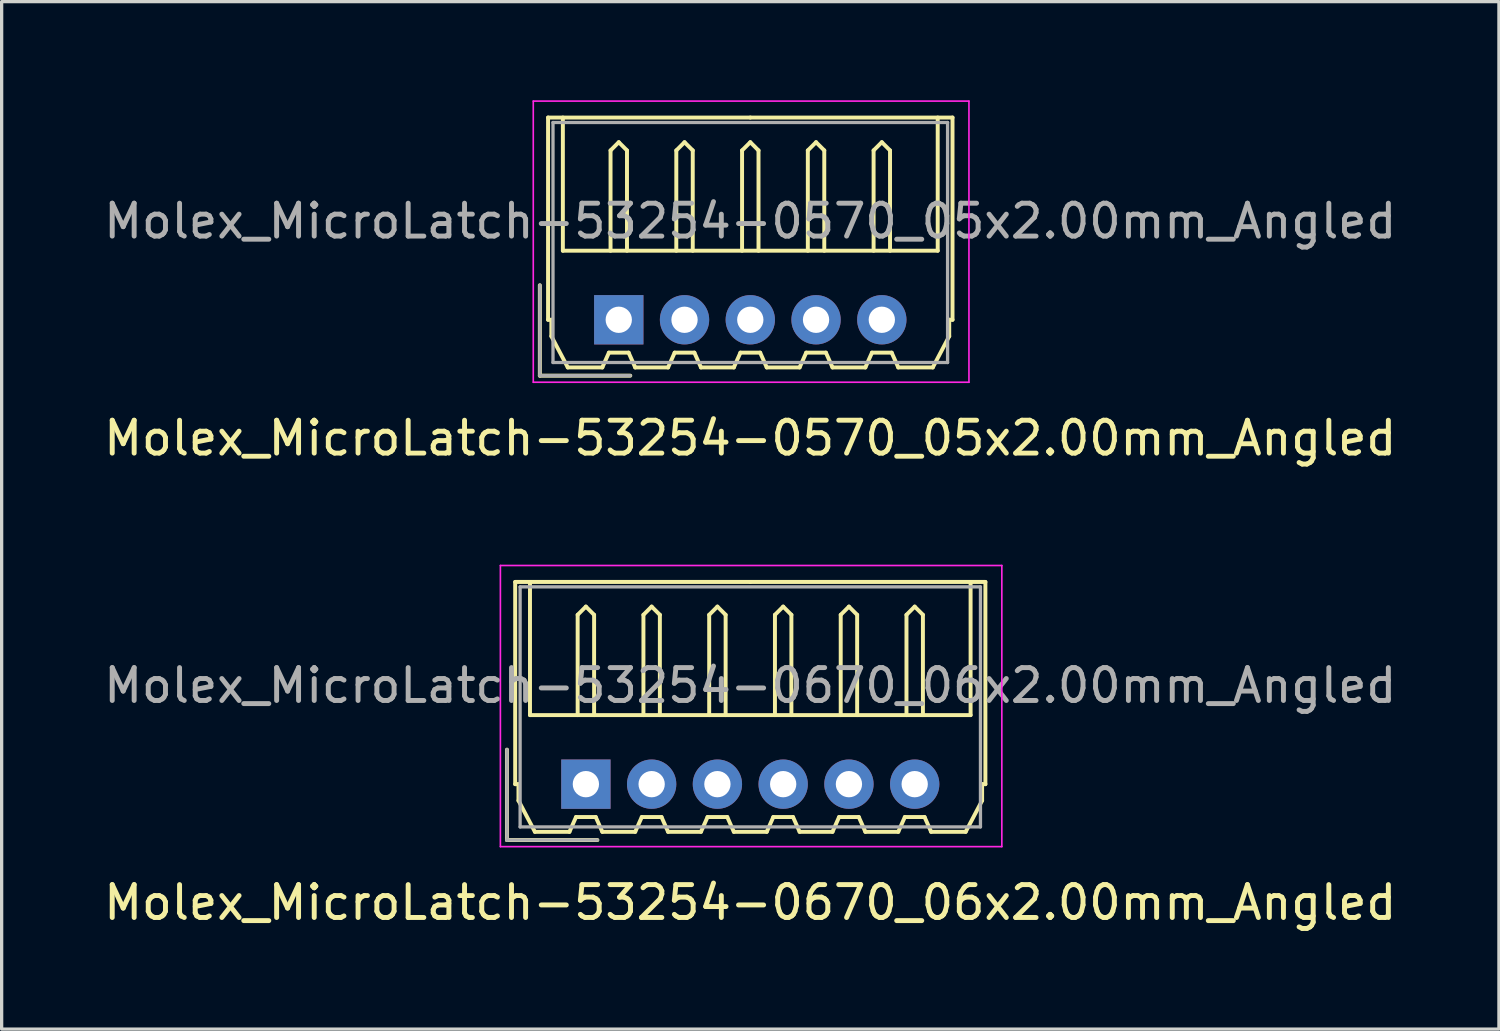
<source format=kicad_pcb>
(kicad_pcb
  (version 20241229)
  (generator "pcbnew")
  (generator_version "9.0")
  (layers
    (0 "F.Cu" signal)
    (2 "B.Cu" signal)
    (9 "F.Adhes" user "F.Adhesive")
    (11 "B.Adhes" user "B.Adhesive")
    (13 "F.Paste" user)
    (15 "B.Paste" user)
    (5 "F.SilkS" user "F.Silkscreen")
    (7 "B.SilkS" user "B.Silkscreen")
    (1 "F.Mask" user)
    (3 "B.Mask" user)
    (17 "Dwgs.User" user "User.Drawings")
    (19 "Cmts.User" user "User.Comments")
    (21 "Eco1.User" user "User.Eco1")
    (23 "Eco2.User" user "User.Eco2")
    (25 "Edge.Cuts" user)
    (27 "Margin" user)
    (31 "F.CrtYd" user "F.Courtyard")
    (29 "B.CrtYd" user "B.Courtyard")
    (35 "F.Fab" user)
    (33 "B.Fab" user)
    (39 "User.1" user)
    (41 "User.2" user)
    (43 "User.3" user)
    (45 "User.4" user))
  (footprint "Molex_MicroLatch-53254-0570_05x2.00mm_Angled"
    (layer "F.Cu")
    (at 15.768 6.675)
    (property "Reference" "Molex_MicroLatch-53254-0570_05x2.00mm_Angled" (at 4 3.6 0) (layer "F.SilkS") (effects (font (size 1 1) (thickness 0.15))))
    (attr through_hole)
    (fp_line (start -2.4 1.7) (end -2.4 -1.05) (stroke (width 0.12) (type solid)) (layer "F.SilkS"))
    (fp_line (start -2.15 -6.15) (end 4 -6.15) (stroke (width 0.12) (type solid)) (layer "F.SilkS"))
    (fp_line (start -2.15 0) (end -2.15 -6.15) (stroke (width 0.12) (type solid)) (layer "F.SilkS"))
    (fp_line (start -2.05 0) (end -2.15 0) (stroke (width 0.12) (type solid)) (layer "F.SilkS"))
    (fp_line (start -2.05 0.5) (end -2.05 0) (stroke (width 0.12) (type solid)) (layer "F.SilkS"))
    (fp_line (start -1.7 -6.15) (end -1.7 -2.1) (stroke (width 0.12) (type solid)) (layer "F.SilkS"))
    (fp_line (start -1.7 -2.1) (end 9.7 -2.1) (stroke (width 0.12) (type solid)) (layer "F.SilkS"))
    (fp_line (start -1.55 1.45) (end -2.05 0.5) (stroke (width 0.12) (type solid)) (layer "F.SilkS"))
    (fp_line (start -0.5 1.45) (end -1.55 1.45) (stroke (width 0.12) (type solid)) (layer "F.SilkS"))
    (fp_line (start -0.3 1) (end -0.5 1.45) (stroke (width 0.12) (type solid)) (layer "F.SilkS"))
    (fp_line (start -0.3 1) (end 0.3 1) (stroke (width 0.12) (type solid)) (layer "F.SilkS"))
    (fp_line (start -0.25 -5.15) (end 0 -5.4) (stroke (width 0.12) (type solid)) (layer "F.SilkS"))
    (fp_line (start -0.25 -2.1) (end -0.25 -5.15) (stroke (width 0.12) (type solid)) (layer "F.SilkS"))
    (fp_line (start 0 -5.4) (end 0.25 -5.15) (stroke (width 0.12) (type solid)) (layer "F.SilkS"))
    (fp_line (start 0.25 -5.15) (end 0.25 -2.1) (stroke (width 0.12) (type solid)) (layer "F.SilkS"))
    (fp_line (start 0.3 1) (end 0.5 1.45) (stroke (width 0.12) (type solid)) (layer "F.SilkS"))
    (fp_line (start 0.35 1.7) (end -2.4 1.7) (stroke (width 0.12) (type solid)) (layer "F.SilkS"))
    (fp_line (start 0.5 1.45) (end 1.5 1.45) (stroke (width 0.12) (type solid)) (layer "F.SilkS"))
    (fp_line (start 1.5 1.45) (end 1.7 1) (stroke (width 0.12) (type solid)) (layer "F.SilkS"))
    (fp_line (start 1.7 1) (end 2.3 1) (stroke (width 0.12) (type solid)) (layer "F.SilkS"))
    (fp_line (start 1.75 -5.15) (end 2 -5.4) (stroke (width 0.12) (type solid)) (layer "F.SilkS"))
    (fp_line (start 1.75 -2.1) (end 1.75 -5.15) (stroke (width 0.12) (type solid)) (layer "F.SilkS"))
    (fp_line (start 2 -5.4) (end 2.25 -5.15) (stroke (width 0.12) (type solid)) (layer "F.SilkS"))
    (fp_line (start 2.25 -5.15) (end 2.25 -2.1) (stroke (width 0.12) (type solid)) (layer "F.SilkS"))
    (fp_line (start 2.3 1) (end 2.5 1.45) (stroke (width 0.12) (type solid)) (layer "F.SilkS"))
    (fp_line (start 2.5 1.45) (end 3.5 1.45) (stroke (width 0.12) (type solid)) (layer "F.SilkS"))
    (fp_line (start 3.5 1.45) (end 3.7 1) (stroke (width 0.12) (type solid)) (layer "F.SilkS"))
    (fp_line (start 3.7 1) (end 4.3 1) (stroke (width 0.12) (type solid)) (layer "F.SilkS"))
    (fp_line (start 3.75 -5.15) (end 4 -5.4) (stroke (width 0.12) (type solid)) (layer "F.SilkS"))
    (fp_line (start 3.75 -2.1) (end 3.75 -5.15) (stroke (width 0.12) (type solid)) (layer "F.SilkS"))
    (fp_line (start 4 -5.4) (end 4.25 -5.15) (stroke (width 0.12) (type solid)) (layer "F.SilkS"))
    (fp_line (start 4.25 -5.15) (end 4.25 -2.1) (stroke (width 0.12) (type solid)) (layer "F.SilkS"))
    (fp_line (start 4.3 1) (end 4.5 1.45) (stroke (width 0.12) (type solid)) (layer "F.SilkS"))
    (fp_line (start 4.5 1.45) (end 5.5 1.45) (stroke (width 0.12) (type solid)) (layer "F.SilkS"))
    (fp_line (start 5.5 1.45) (end 5.7 1) (stroke (width 0.12) (type solid)) (layer "F.SilkS"))
    (fp_line (start 5.7 1) (end 6.3 1) (stroke (width 0.12) (type solid)) (layer "F.SilkS"))
    (fp_line (start 5.75 -5.15) (end 6 -5.4) (stroke (width 0.12) (type solid)) (layer "F.SilkS"))
    (fp_line (start 5.75 -2.1) (end 5.75 -5.15) (stroke (width 0.12) (type solid)) (layer "F.SilkS"))
    (fp_line (start 6 -5.4) (end 6.25 -5.15) (stroke (width 0.12) (type solid)) (layer "F.SilkS"))
    (fp_line (start 6.25 -5.15) (end 6.25 -2.1) (stroke (width 0.12) (type solid)) (layer "F.SilkS"))
    (fp_line (start 6.3 1) (end 6.5 1.45) (stroke (width 0.12) (type solid)) (layer "F.SilkS"))
    (fp_line (start 6.5 1.45) (end 7.5 1.45) (stroke (width 0.12) (type solid)) (layer "F.SilkS"))
    (fp_line (start 7.5 1.45) (end 7.7 1) (stroke (width 0.12) (type solid)) (layer "F.SilkS"))
    (fp_line (start 7.7 1) (end 8.3 1) (stroke (width 0.12) (type solid)) (layer "F.SilkS"))
    (fp_line (start 7.75 -5.15) (end 8 -5.4) (stroke (width 0.12) (type solid)) (layer "F.SilkS"))
    (fp_line (start 7.75 -2.1) (end 7.75 -5.15) (stroke (width 0.12) (type solid)) (layer "F.SilkS"))
    (fp_line (start 8 -5.4) (end 8.25 -5.15) (stroke (width 0.12) (type solid)) (layer "F.SilkS"))
    (fp_line (start 8.25 -5.15) (end 8.25 -2.1) (stroke (width 0.12) (type solid)) (layer "F.SilkS"))
    (fp_line (start 8.3 1) (end 8.5 1.45) (stroke (width 0.12) (type solid)) (layer "F.SilkS"))
    (fp_line (start 8.5 1.45) (end 9.55 1.45) (stroke (width 0.12) (type solid)) (layer "F.SilkS"))
    (fp_line (start 9.55 1.45) (end 10.05 0.5) (stroke (width 0.12) (type solid)) (layer "F.SilkS"))
    (fp_line (start 9.7 -2.1) (end 9.7 -6.15) (stroke (width 0.12) (type solid)) (layer "F.SilkS"))
    (fp_line (start 10.05 0) (end 10.15 0) (stroke (width 0.12) (type solid)) (layer "F.SilkS"))
    (fp_line (start 10.05 0.5) (end 10.05 0) (stroke (width 0.12) (type solid)) (layer "F.SilkS"))
    (fp_line (start 10.15 -6.15) (end 4 -6.15) (stroke (width 0.12) (type solid)) (layer "F.SilkS"))
    (fp_line (start 10.15 0) (end 10.15 -6.15) (stroke (width 0.12) (type solid)) (layer "F.SilkS"))
    (fp_line (start -2.6 -6.65) (end -2.6 1.9) (stroke (width 0.05) (type solid)) (layer "F.CrtYd"))
    (fp_line (start -2.6 1.9) (end 10.65 1.9) (stroke (width 0.05) (type solid)) (layer "F.CrtYd"))
    (fp_line (start 10.65 -6.65) (end -2.6 -6.65) (stroke (width 0.05) (type solid)) (layer "F.CrtYd"))
    (fp_line (start 10.65 1.9) (end 10.65 -6.65) (stroke (width 0.05) (type solid)) (layer "F.CrtYd"))
    (fp_line (start -2.4 1.7) (end -2.4 -1.05) (stroke (width 0.1) (type solid)) (layer "F.Fab"))
    (fp_line (start -2 -6) (end -2 1.3) (stroke (width 0.1) (type solid)) (layer "F.Fab"))
    (fp_line (start -2 1.3) (end 10 1.3) (stroke (width 0.1) (type solid)) (layer "F.Fab"))
    (fp_line (start 0.35 1.7) (end -2.4 1.7) (stroke (width 0.1) (type solid)) (layer "F.Fab"))
    (fp_line (start 10 -6) (end -2 -6) (stroke (width 0.1) (type solid)) (layer "F.Fab"))
    (fp_line (start 10 1.3) (end 10 -6) (stroke (width 0.1) (type solid)) (layer "F.Fab"))
    (fp_text user "${REFERENCE}" (at 4 -3 0) (layer "F.Fab") (effects (font (size 1 1) (thickness 0.15))))
    (pad "1" thru_hole rect (at 0 0) (size 1.5 1.5) (drill 0.8) (layers "*.Cu" "*.Mask"))
    (pad "2" thru_hole circle (at 2 0) (size 1.5 1.5) (drill 0.8) (layers "*.Cu" "*.Mask"))
    (pad "3" thru_hole circle (at 4 0) (size 1.5 1.5) (drill 0.8) (layers "*.Cu" "*.Mask"))
    (pad "4" thru_hole circle (at 6 0) (size 1.5 1.5) (drill 0.8) (layers "*.Cu" "*.Mask"))
    (pad "5" thru_hole circle (at 8 0) (size 1.5 1.5) (drill 0.8) (layers "*.Cu" "*.Mask")))
  (footprint "Molex_MicroLatch-53254-0670_06x2.00mm_Angled"
    (layer "F.Cu")
    (at 14.768 20.798)
    (property "Reference" "Molex_MicroLatch-53254-0670_06x2.00mm_Angled" (at 5 3.6 0) (layer "F.SilkS") (effects (font (size 1 1) (thickness 0.15))))
    (attr through_hole)
    (fp_line (start -2.4 1.7) (end -2.4 -1.05) (stroke (width 0.12) (type solid)) (layer "F.SilkS"))
    (fp_line (start -2.15 -6.15) (end 5 -6.15) (stroke (width 0.12) (type solid)) (layer "F.SilkS"))
    (fp_line (start -2.15 0) (end -2.15 -6.15) (stroke (width 0.12) (type solid)) (layer "F.SilkS"))
    (fp_line (start -2.05 0) (end -2.15 0) (stroke (width 0.12) (type solid)) (layer "F.SilkS"))
    (fp_line (start -2.05 0.5) (end -2.05 0) (stroke (width 0.12) (type solid)) (layer "F.SilkS"))
    (fp_line (start -1.7 -6.15) (end -1.7 -2.1) (stroke (width 0.12) (type solid)) (layer "F.SilkS"))
    (fp_line (start -1.7 -2.1) (end 11.7 -2.1) (stroke (width 0.12) (type solid)) (layer "F.SilkS"))
    (fp_line (start -1.55 1.45) (end -2.05 0.5) (stroke (width 0.12) (type solid)) (layer "F.SilkS"))
    (fp_line (start -0.5 1.45) (end -1.55 1.45) (stroke (width 0.12) (type solid)) (layer "F.SilkS"))
    (fp_line (start -0.3 1) (end -0.5 1.45) (stroke (width 0.12) (type solid)) (layer "F.SilkS"))
    (fp_line (start -0.3 1) (end 0.3 1) (stroke (width 0.12) (type solid)) (layer "F.SilkS"))
    (fp_line (start -0.25 -5.15) (end 0 -5.4) (stroke (width 0.12) (type solid)) (layer "F.SilkS"))
    (fp_line (start -0.25 -2.1) (end -0.25 -5.15) (stroke (width 0.12) (type solid)) (layer "F.SilkS"))
    (fp_line (start 0 -5.4) (end 0.25 -5.15) (stroke (width 0.12) (type solid)) (layer "F.SilkS"))
    (fp_line (start 0.25 -5.15) (end 0.25 -2.1) (stroke (width 0.12) (type solid)) (layer "F.SilkS"))
    (fp_line (start 0.3 1) (end 0.5 1.45) (stroke (width 0.12) (type solid)) (layer "F.SilkS"))
    (fp_line (start 0.35 1.7) (end -2.4 1.7) (stroke (width 0.12) (type solid)) (layer "F.SilkS"))
    (fp_line (start 0.5 1.45) (end 1.5 1.45) (stroke (width 0.12) (type solid)) (layer "F.SilkS"))
    (fp_line (start 1.5 1.45) (end 1.7 1) (stroke (width 0.12) (type solid)) (layer "F.SilkS"))
    (fp_line (start 1.7 1) (end 2.3 1) (stroke (width 0.12) (type solid)) (layer "F.SilkS"))
    (fp_line (start 1.75 -5.15) (end 2 -5.4) (stroke (width 0.12) (type solid)) (layer "F.SilkS"))
    (fp_line (start 1.75 -2.1) (end 1.75 -5.15) (stroke (width 0.12) (type solid)) (layer "F.SilkS"))
    (fp_line (start 2 -5.4) (end 2.25 -5.15) (stroke (width 0.12) (type solid)) (layer "F.SilkS"))
    (fp_line (start 2.25 -5.15) (end 2.25 -2.1) (stroke (width 0.12) (type solid)) (layer "F.SilkS"))
    (fp_line (start 2.3 1) (end 2.5 1.45) (stroke (width 0.12) (type solid)) (layer "F.SilkS"))
    (fp_line (start 2.5 1.45) (end 3.5 1.45) (stroke (width 0.12) (type solid)) (layer "F.SilkS"))
    (fp_line (start 3.5 1.45) (end 3.7 1) (stroke (width 0.12) (type solid)) (layer "F.SilkS"))
    (fp_line (start 3.7 1) (end 4.3 1) (stroke (width 0.12) (type solid)) (layer "F.SilkS"))
    (fp_line (start 3.75 -5.15) (end 4 -5.4) (stroke (width 0.12) (type solid)) (layer "F.SilkS"))
    (fp_line (start 3.75 -2.1) (end 3.75 -5.15) (stroke (width 0.12) (type solid)) (layer "F.SilkS"))
    (fp_line (start 4 -5.4) (end 4.25 -5.15) (stroke (width 0.12) (type solid)) (layer "F.SilkS"))
    (fp_line (start 4.25 -5.15) (end 4.25 -2.1) (stroke (width 0.12) (type solid)) (layer "F.SilkS"))
    (fp_line (start 4.3 1) (end 4.5 1.45) (stroke (width 0.12) (type solid)) (layer "F.SilkS"))
    (fp_line (start 4.5 1.45) (end 5.5 1.45) (stroke (width 0.12) (type solid)) (layer "F.SilkS"))
    (fp_line (start 5.5 1.45) (end 5.7 1) (stroke (width 0.12) (type solid)) (layer "F.SilkS"))
    (fp_line (start 5.7 1) (end 6.3 1) (stroke (width 0.12) (type solid)) (layer "F.SilkS"))
    (fp_line (start 5.75 -5.15) (end 6 -5.4) (stroke (width 0.12) (type solid)) (layer "F.SilkS"))
    (fp_line (start 5.75 -2.1) (end 5.75 -5.15) (stroke (width 0.12) (type solid)) (layer "F.SilkS"))
    (fp_line (start 6 -5.4) (end 6.25 -5.15) (stroke (width 0.12) (type solid)) (layer "F.SilkS"))
    (fp_line (start 6.25 -5.15) (end 6.25 -2.1) (stroke (width 0.12) (type solid)) (layer "F.SilkS"))
    (fp_line (start 6.3 1) (end 6.5 1.45) (stroke (width 0.12) (type solid)) (layer "F.SilkS"))
    (fp_line (start 6.5 1.45) (end 7.5 1.45) (stroke (width 0.12) (type solid)) (layer "F.SilkS"))
    (fp_line (start 7.5 1.45) (end 7.7 1) (stroke (width 0.12) (type solid)) (layer "F.SilkS"))
    (fp_line (start 7.7 1) (end 8.3 1) (stroke (width 0.12) (type solid)) (layer "F.SilkS"))
    (fp_line (start 7.75 -5.15) (end 8 -5.4) (stroke (width 0.12) (type solid)) (layer "F.SilkS"))
    (fp_line (start 7.75 -2.1) (end 7.75 -5.15) (stroke (width 0.12) (type solid)) (layer "F.SilkS"))
    (fp_line (start 8 -5.4) (end 8.25 -5.15) (stroke (width 0.12) (type solid)) (layer "F.SilkS"))
    (fp_line (start 8.25 -5.15) (end 8.25 -2.1) (stroke (width 0.12) (type solid)) (layer "F.SilkS"))
    (fp_line (start 8.3 1) (end 8.5 1.45) (stroke (width 0.12) (type solid)) (layer "F.SilkS"))
    (fp_line (start 8.5 1.45) (end 9.5 1.45) (stroke (width 0.12) (type solid)) (layer "F.SilkS"))
    (fp_line (start 9.5 1.45) (end 9.7 1) (stroke (width 0.12) (type solid)) (layer "F.SilkS"))
    (fp_line (start 9.7 1) (end 10.3 1) (stroke (width 0.12) (type solid)) (layer "F.SilkS"))
    (fp_line (start 9.75 -5.15) (end 10 -5.4) (stroke (width 0.12) (type solid)) (layer "F.SilkS"))
    (fp_line (start 9.75 -2.1) (end 9.75 -5.15) (stroke (width 0.12) (type solid)) (layer "F.SilkS"))
    (fp_line (start 10 -5.4) (end 10.25 -5.15) (stroke (width 0.12) (type solid)) (layer "F.SilkS"))
    (fp_line (start 10.25 -5.15) (end 10.25 -2.1) (stroke (width 0.12) (type solid)) (layer "F.SilkS"))
    (fp_line (start 10.3 1) (end 10.5 1.45) (stroke (width 0.12) (type solid)) (layer "F.SilkS"))
    (fp_line (start 10.5 1.45) (end 11.55 1.45) (stroke (width 0.12) (type solid)) (layer "F.SilkS"))
    (fp_line (start 11.55 1.45) (end 12.05 0.5) (stroke (width 0.12) (type solid)) (layer "F.SilkS"))
    (fp_line (start 11.7 -2.1) (end 11.7 -6.15) (stroke (width 0.12) (type solid)) (layer "F.SilkS"))
    (fp_line (start 12.05 0) (end 12.15 0) (stroke (width 0.12) (type solid)) (layer "F.SilkS"))
    (fp_line (start 12.05 0.5) (end 12.05 0) (stroke (width 0.12) (type solid)) (layer "F.SilkS"))
    (fp_line (start 12.15 -6.15) (end 5 -6.15) (stroke (width 0.12) (type solid)) (layer "F.SilkS"))
    (fp_line (start 12.15 0) (end 12.15 -6.15) (stroke (width 0.12) (type solid)) (layer "F.SilkS"))
    (fp_line (start -2.6 -6.65) (end -2.6 1.9) (stroke (width 0.05) (type solid)) (layer "F.CrtYd"))
    (fp_line (start -2.6 1.9) (end 12.65 1.9) (stroke (width 0.05) (type solid)) (layer "F.CrtYd"))
    (fp_line (start 12.65 -6.65) (end -2.6 -6.65) (stroke (width 0.05) (type solid)) (layer "F.CrtYd"))
    (fp_line (start 12.65 1.9) (end 12.65 -6.65) (stroke (width 0.05) (type solid)) (layer "F.CrtYd"))
    (fp_line (start -2.4 1.7) (end -2.4 -1.05) (stroke (width 0.1) (type solid)) (layer "F.Fab"))
    (fp_line (start -2 -6) (end -2 1.3) (stroke (width 0.1) (type solid)) (layer "F.Fab"))
    (fp_line (start -2 1.3) (end 12 1.3) (stroke (width 0.1) (type solid)) (layer "F.Fab"))
    (fp_line (start 0.35 1.7) (end -2.4 1.7) (stroke (width 0.1) (type solid)) (layer "F.Fab"))
    (fp_line (start 12 -6) (end -2 -6) (stroke (width 0.1) (type solid)) (layer "F.Fab"))
    (fp_line (start 12 1.3) (end 12 -6) (stroke (width 0.1) (type solid)) (layer "F.Fab"))
    (fp_text user "${REFERENCE}" (at 5 -3 0) (layer "F.Fab") (effects (font (size 1 1) (thickness 0.15))))
    (pad "1" thru_hole rect (at 0 0) (size 1.5 1.5) (drill 0.8) (layers "*.Cu" "*.Mask"))
    (pad "2" thru_hole circle (at 2 0) (size 1.5 1.5) (drill 0.8) (layers "*.Cu" "*.Mask"))
    (pad "3" thru_hole circle (at 4 0) (size 1.5 1.5) (drill 0.8) (layers "*.Cu" "*.Mask"))
    (pad "4" thru_hole circle (at 6 0) (size 1.5 1.5) (drill 0.8) (layers "*.Cu" "*.Mask"))
    (pad "5" thru_hole circle (at 8 0) (size 1.5 1.5) (drill 0.8) (layers "*.Cu" "*.Mask"))
    (pad "6" thru_hole circle (at 10 0) (size 1.5 1.5) (drill 0.8) (layers "*.Cu" "*.Mask")))
  (gr_rect
    (start -3 -3)
    (end 42.536 28.247)
    (stroke (width 0.1) (type default))
    (fill no)
    (layer "Edge.Cuts")))
</source>
